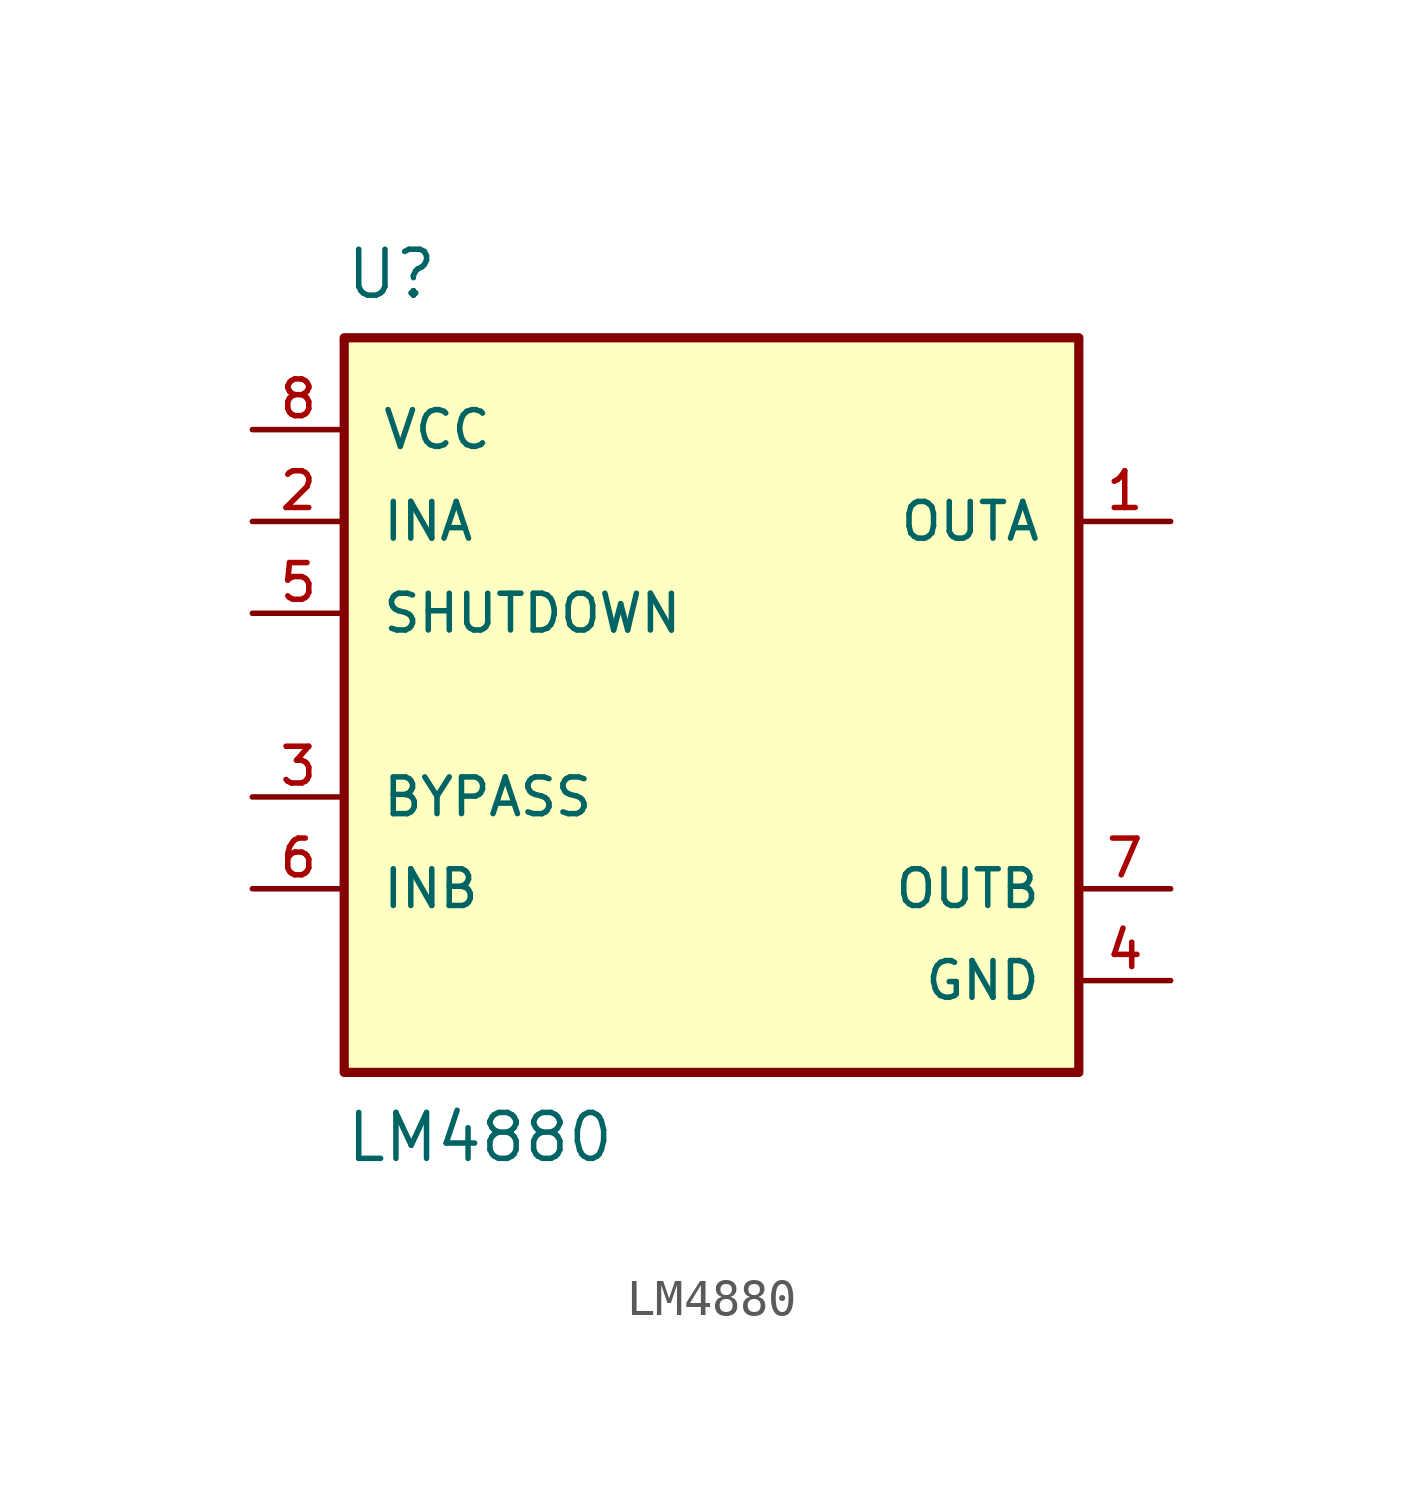
<source format=kicad_sym>
(kicad_symbol_lib
  (version 20211014)
  (generator kicad_symbol_editor)
  (symbol "LM4880"
    (pin_names
      (offset 1.016))
    (property "Reference" "U"
      (at -10.16 11.176 0)
      (effects (font (size 1.27 1.27)) (justify bottom left)))
    (property "Value" "LM4880"
      (at -10.16 -12.7 0)
      (effects (font (size 1.27 1.27)) (justify bottom left)))
    (symbol "LM4880_0_0"
      (rectangle (start -10.16 -10.16) (end 10.16 10.16) (stroke (width 0.254)) (fill (type background)))
      (pin output line (at 12.7 5.08 180.0) (length 2.54) (name "OUTA" (effects (font (size 1.016 1.016)))) (number "1" (effects (font (size 1.016 1.016)))))
      (pin input line (at -12.7 5.08 0) (length 2.54) (name "INA" (effects (font (size 1.016 1.016)))) (number "2" (effects (font (size 1.016 1.016)))))
      (pin bidirectional line (at -12.7 -2.54 0) (length 2.54) (name "BYPASS" (effects (font (size 1.016 1.016)))) (number "3" (effects (font (size 1.016 1.016)))))
      (pin power_in line (at 12.7 -7.62 180.0) (length 2.54) (name "GND" (effects (font (size 1.016 1.016)))) (number "4" (effects (font (size 1.016 1.016)))))
      (pin bidirectional line (at -12.7 2.54 0) (length 2.54) (name "SHUTDOWN" (effects (font (size 1.016 1.016)))) (number "5" (effects (font (size 1.016 1.016)))))
      (pin input line (at -12.7 -5.08 0) (length 2.54) (name "INB" (effects (font (size 1.016 1.016)))) (number "6" (effects (font (size 1.016 1.016)))))
      (pin output line (at 12.7 -5.08 180.0) (length 2.54) (name "OUTB" (effects (font (size 1.016 1.016)))) (number "7" (effects (font (size 1.016 1.016)))))
      (pin power_in line (at -12.7 7.62 0) (length 2.54) (name "VCC" (effects (font (size 1.016 1.016)))) (number "8" (effects (font (size 1.016 1.016))))))))
</source>
